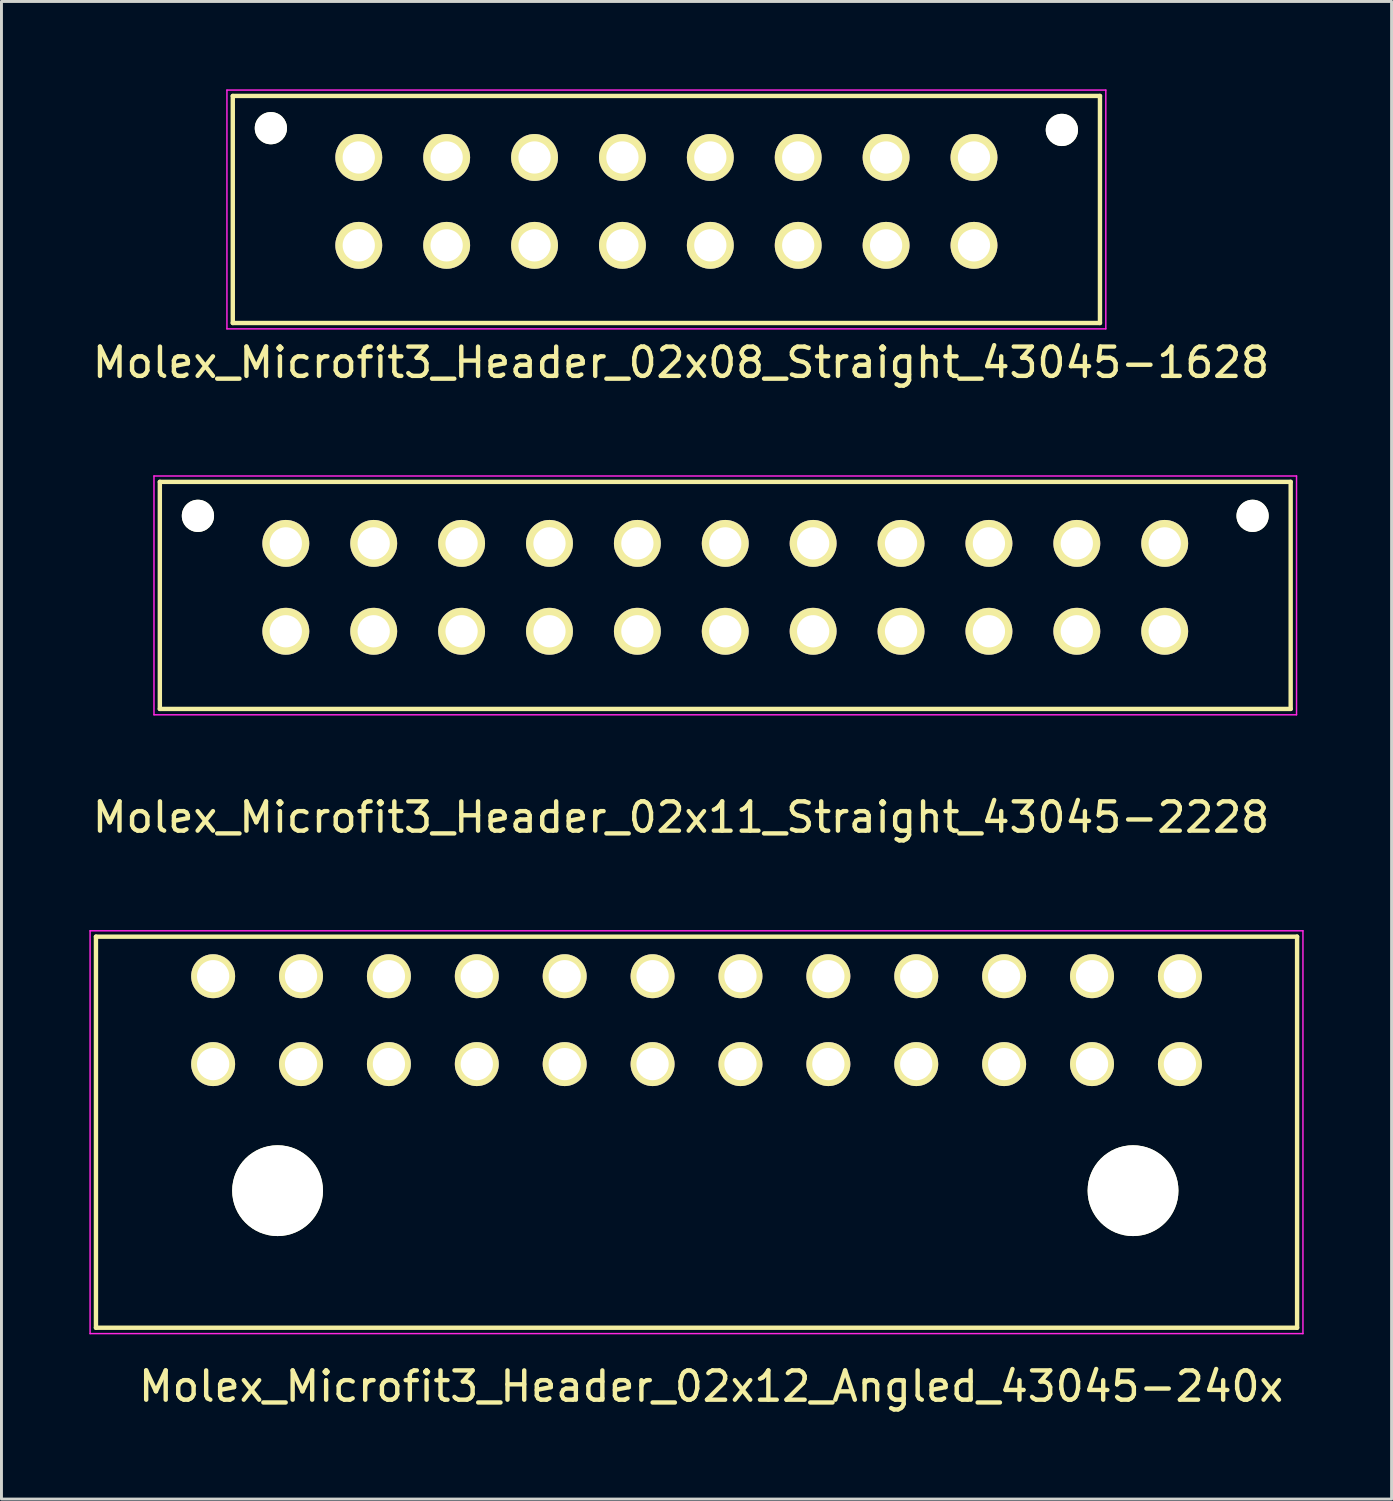
<source format=kicad_pcb>
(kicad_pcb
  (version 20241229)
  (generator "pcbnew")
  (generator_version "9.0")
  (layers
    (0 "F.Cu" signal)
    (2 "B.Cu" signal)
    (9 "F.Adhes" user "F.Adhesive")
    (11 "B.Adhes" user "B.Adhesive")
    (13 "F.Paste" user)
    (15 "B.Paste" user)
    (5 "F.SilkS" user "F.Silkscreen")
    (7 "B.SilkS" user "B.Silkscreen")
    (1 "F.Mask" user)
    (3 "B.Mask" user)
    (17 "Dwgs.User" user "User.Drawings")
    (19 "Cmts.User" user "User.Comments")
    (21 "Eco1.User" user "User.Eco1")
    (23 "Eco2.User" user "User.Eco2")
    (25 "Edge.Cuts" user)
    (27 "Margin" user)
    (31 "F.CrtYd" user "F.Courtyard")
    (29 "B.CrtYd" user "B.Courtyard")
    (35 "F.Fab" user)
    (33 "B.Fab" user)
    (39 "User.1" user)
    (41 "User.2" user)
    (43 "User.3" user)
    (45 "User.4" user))
  (footprint "Molex_Microfit3_Header_02x08_Straight_43045-1628"
    (layer "F.Cu")
    (at 30.196 5.325)
    (property "Reference" "Molex_Microfit3_Header_02x08_Straight_43045-1628" (at -10 4 0) (layer "F.SilkS") (effects (font (size 1 1) (thickness 0.15))))
    (attr through_hole)
    (fp_line (start -25.3 2.65) (end -25.3 -5.1) (stroke (width 0.15) (type solid)) (layer "F.SilkS"))
    (fp_line (start 4.3 -5.1) (end -25.3 -5.1) (stroke (width 0.15) (type solid)) (layer "F.SilkS"))
    (fp_line (start 4.3 2.65) (end -25.3 2.65) (stroke (width 0.15) (type solid)) (layer "F.SilkS"))
    (fp_line (start 4.3 2.65) (end 4.3 -5.1) (stroke (width 0.15) (type solid)) (layer "F.SilkS"))
    (fp_line (start -25.5 2.85) (end -25.5 -5.3) (stroke (width 0.05) (type solid)) (layer "F.CrtYd"))
    (fp_line (start 4.5 -5.3) (end -25.5 -5.3) (stroke (width 0.05) (type solid)) (layer "F.CrtYd"))
    (fp_line (start 4.5 2.85) (end -25.5 2.85) (stroke (width 0.05) (type solid)) (layer "F.CrtYd"))
    (fp_line (start 4.5 2.85) (end 4.5 -5.3) (stroke (width 0.05) (type solid)) (layer "F.CrtYd"))
    (pad "" np_thru_hole circle (at -24 -4) (size 1.1 1.1) (drill 1.1) (layers "*.Cu" "*.Mask" "F.SilkS"))
    (pad "" np_thru_hole circle (at 3 -3.94) (size 1.1 1.1) (drill 1.1) (layers "*.Cu" "*.Mask" "F.SilkS"))
    (pad "1" thru_hole circle (at 0 0) (size 1.6 1.6) (drill 1.1) (layers "*.Cu" "*.Mask" "F.SilkS"))
    (pad "2" thru_hole circle (at -3 0) (size 1.6 1.6) (drill 1.1) (layers "*.Cu" "*.Mask" "F.SilkS"))
    (pad "3" thru_hole circle (at -6 0) (size 1.6 1.6) (drill 1.1) (layers "*.Cu" "*.Mask" "F.SilkS"))
    (pad "4" thru_hole circle (at -9 0) (size 1.6 1.6) (drill 1.1) (layers "*.Cu" "*.Mask" "F.SilkS"))
    (pad "5" thru_hole circle (at -12 0) (size 1.6 1.6) (drill 1.1) (layers "*.Cu" "*.Mask" "F.SilkS"))
    (pad "6" thru_hole circle (at -15 0) (size 1.6 1.6) (drill 1.1) (layers "*.Cu" "*.Mask" "F.SilkS"))
    (pad "7" thru_hole circle (at -18 0) (size 1.6 1.6) (drill 1.1) (layers "*.Cu" "*.Mask" "F.SilkS"))
    (pad "8" thru_hole circle (at -21 0) (size 1.6 1.6) (drill 1.1) (layers "*.Cu" "*.Mask" "F.SilkS"))
    (pad "9" thru_hole circle (at 0 -3) (size 1.6 1.6) (drill 1.1) (layers "*.Cu" "*.Mask" "F.SilkS"))
    (pad "10" thru_hole circle (at -3 -3) (size 1.6 1.6) (drill 1.1) (layers "*.Cu" "*.Mask" "F.SilkS"))
    (pad "11" thru_hole circle (at -6 -3) (size 1.6 1.6) (drill 1.1) (layers "*.Cu" "*.Mask" "F.SilkS"))
    (pad "12" thru_hole circle (at -9 -3) (size 1.6 1.6) (drill 1.1) (layers "*.Cu" "*.Mask" "F.SilkS"))
    (pad "13" thru_hole circle (at -12 -3) (size 1.6 1.6) (drill 1.1) (layers "*.Cu" "*.Mask" "F.SilkS"))
    (pad "14" thru_hole circle (at -15 -3) (size 1.6 1.6) (drill 1.1) (layers "*.Cu" "*.Mask" "F.SilkS"))
    (pad "15" thru_hole circle (at -18 -3) (size 1.6 1.6) (drill 1.1) (layers "*.Cu" "*.Mask" "F.SilkS"))
    (pad "16" thru_hole circle (at -21 -3) (size 1.6 1.6) (drill 1.1) (layers "*.Cu" "*.Mask" "F.SilkS")))
  (footprint "Molex_Microfit3_Header_02x12_Angled_43045-240x"
    (layer "F.Cu")
    (at 37.225 33.272)
    (property "Reference" "Molex_Microfit3_Header_02x12_Angled_43045-240x" (at -16 11 0) (layer "F.SilkS") (effects (font (size 1 1) (thickness 0.15))))
    (attr through_hole)
    (fp_line (start -37 -4.35) (end 4 -4.35) (stroke (width 0.15) (type solid)) (layer "F.SilkS"))
    (fp_line (start -37 9) (end -37 -4.35) (stroke (width 0.15) (type solid)) (layer "F.SilkS"))
    (fp_line (start 4 -4.35) (end 4 9) (stroke (width 0.15) (type solid)) (layer "F.SilkS"))
    (fp_line (start 4 9) (end -37 9) (stroke (width 0.15) (type solid)) (layer "F.SilkS"))
    (fp_line (start -37.2 -4.55) (end -37.2 9.2) (stroke (width 0.05) (type solid)) (layer "F.CrtYd"))
    (fp_line (start -37.2 9.2) (end 4.2 9.2) (stroke (width 0.05) (type solid)) (layer "F.CrtYd"))
    (fp_line (start 4.2 -4.55) (end -37.2 -4.55) (stroke (width 0.05) (type solid)) (layer "F.CrtYd"))
    (fp_line (start 4.2 9.2) (end 4.2 -4.55) (stroke (width 0.05) (type solid)) (layer "F.CrtYd"))
    (pad "" np_thru_hole circle (at -30.8 4.32) (size 3.1 3.1) (drill 3.1) (layers "*.Cu" "*.Mask" "F.SilkS"))
    (pad "" np_thru_hole circle (at -1.6 4.32) (size 3.1 3.1) (drill 3.1) (layers "*.Cu" "*.Mask" "F.SilkS"))
    (pad "1" thru_hole circle (at 0 0) (size 1.5 1.5) (drill 1.1) (layers "*.Cu" "*.Mask" "F.SilkS"))
    (pad "2" thru_hole circle (at -3 0) (size 1.5 1.5) (drill 1.1) (layers "*.Cu" "*.Mask" "F.SilkS"))
    (pad "3" thru_hole circle (at -6 0) (size 1.5 1.5) (drill 1.1) (layers "*.Cu" "*.Mask" "F.SilkS"))
    (pad "4" thru_hole circle (at -9 0) (size 1.5 1.5) (drill 1.1) (layers "*.Cu" "*.Mask" "F.SilkS"))
    (pad "5" thru_hole circle (at -12 0) (size 1.5 1.5) (drill 1.1) (layers "*.Cu" "*.Mask" "F.SilkS"))
    (pad "6" thru_hole circle (at -15 0) (size 1.5 1.5) (drill 1.1) (layers "*.Cu" "*.Mask" "F.SilkS"))
    (pad "7" thru_hole circle (at -18 0) (size 1.5 1.5) (drill 1.1) (layers "*.Cu" "*.Mask" "F.SilkS"))
    (pad "8" thru_hole circle (at -21 0) (size 1.5 1.5) (drill 1.1) (layers "*.Cu" "*.Mask" "F.SilkS"))
    (pad "9" thru_hole circle (at -24 0) (size 1.5 1.5) (drill 1.1) (layers "*.Cu" "*.Mask" "F.SilkS"))
    (pad "10" thru_hole circle (at -27 0) (size 1.5 1.5) (drill 1.1) (layers "*.Cu" "*.Mask" "F.SilkS"))
    (pad "11" thru_hole circle (at -30 0) (size 1.5 1.5) (drill 1.1) (layers "*.Cu" "*.Mask" "F.SilkS"))
    (pad "12" thru_hole circle (at -33 0) (size 1.5 1.5) (drill 1.1) (layers "*.Cu" "*.Mask" "F.SilkS"))
    (pad "13" thru_hole circle (at 0 -3) (size 1.5 1.5) (drill 1.1) (layers "*.Cu" "*.Mask" "F.SilkS"))
    (pad "14" thru_hole circle (at -3 -3) (size 1.5 1.5) (drill 1.1) (layers "*.Cu" "*.Mask" "F.SilkS"))
    (pad "15" thru_hole circle (at -6 -3) (size 1.5 1.5) (drill 1.1) (layers "*.Cu" "*.Mask" "F.SilkS"))
    (pad "16" thru_hole circle (at -9 -3) (size 1.5 1.5) (drill 1.1) (layers "*.Cu" "*.Mask" "F.SilkS"))
    (pad "17" thru_hole circle (at -12 -3) (size 1.5 1.5) (drill 1.1) (layers "*.Cu" "*.Mask" "F.SilkS"))
    (pad "18" thru_hole circle (at -15 -3) (size 1.5 1.5) (drill 1.1) (layers "*.Cu" "*.Mask" "F.SilkS"))
    (pad "19" thru_hole circle (at -18 -3) (size 1.5 1.5) (drill 1.1) (layers "*.Cu" "*.Mask" "F.SilkS"))
    (pad "20" thru_hole circle (at -21 -3) (size 1.5 1.5) (drill 1.1) (layers "*.Cu" "*.Mask" "F.SilkS"))
    (pad "21" thru_hole circle (at -24 -3) (size 1.5 1.5) (drill 1.1) (layers "*.Cu" "*.Mask" "F.SilkS"))
    (pad "22" thru_hole circle (at -27 -3) (size 1.5 1.5) (drill 1.1) (layers "*.Cu" "*.Mask" "F.SilkS"))
    (pad "23" thru_hole circle (at -30 -3) (size 1.5 1.5) (drill 1.1) (layers "*.Cu" "*.Mask" "F.SilkS"))
    (pad "24" thru_hole circle (at -33 -3) (size 1.5 1.5) (drill 1.1) (layers "*.Cu" "*.Mask" "F.SilkS")))
  (footprint "Molex_Microfit3_Header_02x11_Straight_43045-2228"
    (layer "F.Cu")
    (at 36.706 18.498)
    (property "Reference" "Molex_Microfit3_Header_02x11_Straight_43045-2228" (at -16.51 6.35 0) (layer "F.SilkS") (effects (font (size 1 1) (thickness 0.15))))
    (attr through_hole)
    (fp_line (start -34.3 2.65) (end -34.3 -5.1) (stroke (width 0.15) (type solid)) (layer "F.SilkS"))
    (fp_line (start 4.3 -5.1) (end -34.3 -5.1) (stroke (width 0.15) (type solid)) (layer "F.SilkS"))
    (fp_line (start 4.3 2.65) (end -34.3 2.65) (stroke (width 0.15) (type solid)) (layer "F.SilkS"))
    (fp_line (start 4.3 2.65) (end 4.3 -5.1) (stroke (width 0.15) (type solid)) (layer "F.SilkS"))
    (fp_line (start -34.5 2.85) (end -34.5 -5.3) (stroke (width 0.05) (type solid)) (layer "F.CrtYd"))
    (fp_line (start 4.5 -5.3) (end -34.5 -5.3) (stroke (width 0.05) (type solid)) (layer "F.CrtYd"))
    (fp_line (start 4.5 2.85) (end -34.5 2.85) (stroke (width 0.05) (type solid)) (layer "F.CrtYd"))
    (fp_line (start 4.5 2.85) (end 4.5 -5.3) (stroke (width 0.05) (type solid)) (layer "F.CrtYd"))
    (pad "" np_thru_hole circle (at -33 -3.94) (size 1.1 1.1) (drill 1.1) (layers "*.Cu" "*.Mask" "F.SilkS"))
    (pad "" np_thru_hole circle (at 3 -3.94) (size 1.1 1.1) (drill 1.1) (layers "*.Cu" "*.Mask" "F.SilkS"))
    (pad "1" thru_hole circle (at 0 0) (size 1.6 1.6) (drill 1.1) (layers "*.Cu" "*.Mask" "F.SilkS"))
    (pad "2" thru_hole circle (at -3 0) (size 1.6 1.6) (drill 1.1) (layers "*.Cu" "*.Mask" "F.SilkS"))
    (pad "3" thru_hole circle (at -6 0) (size 1.6 1.6) (drill 1.1) (layers "*.Cu" "*.Mask" "F.SilkS"))
    (pad "4" thru_hole circle (at -9 0) (size 1.6 1.6) (drill 1.1) (layers "*.Cu" "*.Mask" "F.SilkS"))
    (pad "5" thru_hole circle (at -12 0) (size 1.6 1.6) (drill 1.1) (layers "*.Cu" "*.Mask" "F.SilkS"))
    (pad "6" thru_hole circle (at -15 0) (size 1.6 1.6) (drill 1.1) (layers "*.Cu" "*.Mask" "F.SilkS"))
    (pad "7" thru_hole circle (at -18 0) (size 1.6 1.6) (drill 1.1) (layers "*.Cu" "*.Mask" "F.SilkS"))
    (pad "8" thru_hole circle (at -21 0) (size 1.6 1.6) (drill 1.1) (layers "*.Cu" "*.Mask" "F.SilkS"))
    (pad "9" thru_hole circle (at -24 0) (size 1.6 1.6) (drill 1.1) (layers "*.Cu" "*.Mask" "F.SilkS"))
    (pad "10" thru_hole circle (at -27 0) (size 1.6 1.6) (drill 1.1) (layers "*.Cu" "*.Mask" "F.SilkS"))
    (pad "11" thru_hole circle (at -30 0) (size 1.6 1.6) (drill 1.1) (layers "*.Cu" "*.Mask" "F.SilkS"))
    (pad "12" thru_hole circle (at 0 -3) (size 1.6 1.6) (drill 1.1) (layers "*.Cu" "*.Mask" "F.SilkS"))
    (pad "13" thru_hole circle (at -3 -3) (size 1.6 1.6) (drill 1.1) (layers "*.Cu" "*.Mask" "F.SilkS"))
    (pad "14" thru_hole circle (at -6 -3) (size 1.6 1.6) (drill 1.1) (layers "*.Cu" "*.Mask" "F.SilkS"))
    (pad "15" thru_hole circle (at -9 -3) (size 1.6 1.6) (drill 1.1) (layers "*.Cu" "*.Mask" "F.SilkS"))
    (pad "16" thru_hole circle (at -12 -3) (size 1.6 1.6) (drill 1.1) (layers "*.Cu" "*.Mask" "F.SilkS"))
    (pad "17" thru_hole circle (at -15 -3) (size 1.6 1.6) (drill 1.1) (layers "*.Cu" "*.Mask" "F.SilkS"))
    (pad "18" thru_hole circle (at -18 -3) (size 1.6 1.6) (drill 1.1) (layers "*.Cu" "*.Mask" "F.SilkS"))
    (pad "19" thru_hole circle (at -21 -3) (size 1.6 1.6) (drill 1.1) (layers "*.Cu" "*.Mask" "F.SilkS"))
    (pad "20" thru_hole circle (at -24 -3) (size 1.6 1.6) (drill 1.1) (layers "*.Cu" "*.Mask" "F.SilkS"))
    (pad "21" thru_hole circle (at -27 -3) (size 1.6 1.6) (drill 1.1) (layers "*.Cu" "*.Mask" "F.SilkS"))
    (pad "22" thru_hole circle (at -30 -3) (size 1.6 1.6) (drill 1.1) (layers "*.Cu" "*.Mask" "F.SilkS")))
  (gr_rect
    (start -3 -3)
    (end 44.45 48.12)
    (stroke (width 0.1) (type default))
    (fill no)
    (layer "Edge.Cuts")))
</source>
